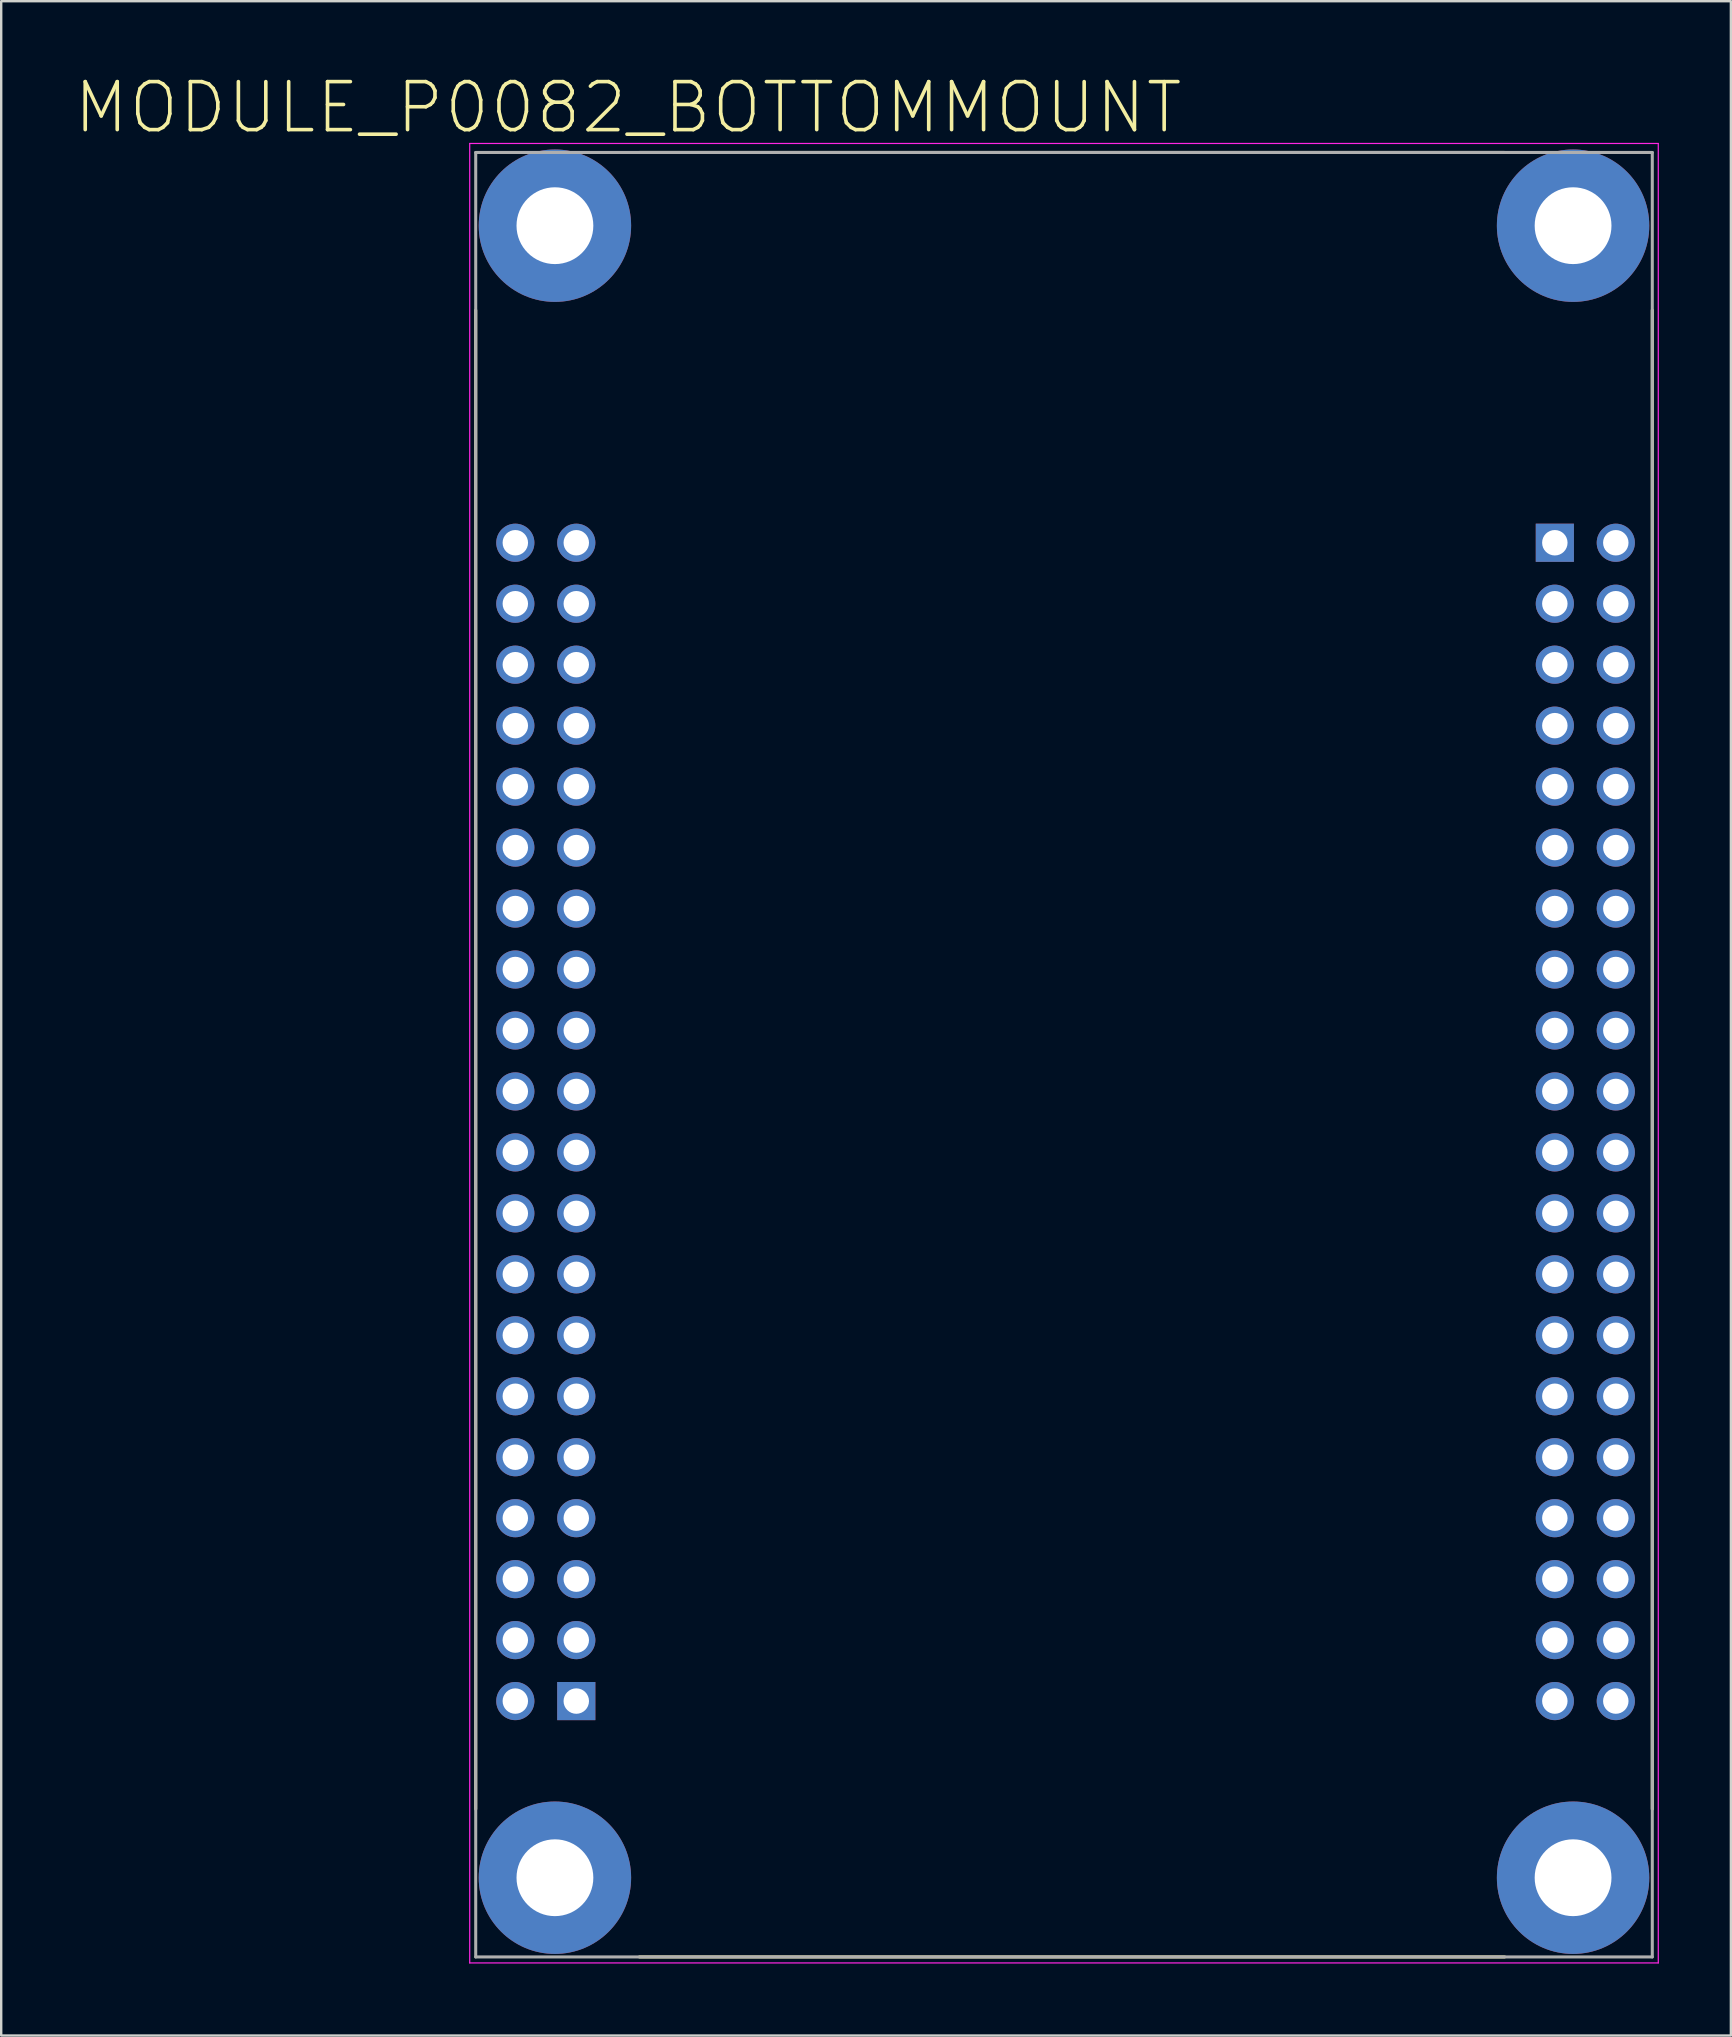
<source format=kicad_pcb>
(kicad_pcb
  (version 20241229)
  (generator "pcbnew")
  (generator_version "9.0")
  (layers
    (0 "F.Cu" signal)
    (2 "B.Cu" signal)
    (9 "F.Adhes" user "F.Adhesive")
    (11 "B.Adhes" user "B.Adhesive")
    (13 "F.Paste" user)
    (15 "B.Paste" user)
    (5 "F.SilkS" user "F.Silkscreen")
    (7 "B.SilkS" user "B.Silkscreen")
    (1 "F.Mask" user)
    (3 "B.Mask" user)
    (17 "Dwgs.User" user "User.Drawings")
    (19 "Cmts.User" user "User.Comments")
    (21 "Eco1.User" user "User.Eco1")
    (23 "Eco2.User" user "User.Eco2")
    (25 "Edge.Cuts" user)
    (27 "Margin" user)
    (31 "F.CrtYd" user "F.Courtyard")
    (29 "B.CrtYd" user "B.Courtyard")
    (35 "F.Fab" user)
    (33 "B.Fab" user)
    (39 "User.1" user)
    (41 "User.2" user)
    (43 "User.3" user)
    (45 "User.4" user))
  (footprint "MODULE_P0082_BOTTOMMOUNT"
    (layer "F.Cu")
    (at 41.28 40.893)
    (property "Reference" "MODULE_P0082_BOTTOMMOUNT" (at -18.16 -39.46 0) (layer "F.SilkS") (effects (font (size 2 2) (thickness 0.15))))
    (attr through_hole)
    (fp_line (start -24.51 -31.02) (end -24.51 31.43) (stroke (width 0.127) (type solid)) (layer "F.SilkS"))
    (fp_line (start -17.69 -37.59) (end 18.36 -37.59) (stroke (width 0.127) (type solid)) (layer "F.SilkS"))
    (fp_line (start -17.69 37.59) (end 18.36 37.59) (stroke (width 0.127) (type solid)) (layer "F.SilkS"))
    (fp_line (start 24.51 -31.02) (end 24.51 31.43) (stroke (width 0.127) (type solid)) (layer "F.SilkS"))
    (fp_line (start -24.76 -37.965) (end 24.76 -37.965) (stroke (width 0.05) (type solid)) (layer "F.CrtYd"))
    (fp_line (start -24.76 37.84) (end -24.76 -37.965) (stroke (width 0.05) (type solid)) (layer "F.CrtYd"))
    (fp_line (start 24.76 -37.965) (end 24.76 37.84) (stroke (width 0.05) (type solid)) (layer "F.CrtYd"))
    (fp_line (start 24.76 37.84) (end -24.76 37.84) (stroke (width 0.05) (type solid)) (layer "F.CrtYd"))
    (fp_line (start -24.51 -37.59) (end 24.51 -37.59) (stroke (width 0.127) (type solid)) (layer "F.Fab"))
    (fp_line (start -24.51 37.59) (end -24.51 -37.59) (stroke (width 0.127) (type solid)) (layer "F.Fab"))
    (fp_line (start 24.51 -37.59) (end 24.51 37.59) (stroke (width 0.127) (type solid)) (layer "F.Fab"))
    (fp_line (start 24.51 37.59) (end -24.51 37.59) (stroke (width 0.127) (type solid)) (layer "F.Fab"))
    (pad "JP1_1" thru_hole rect (at 20.45 -21.33) (size 1.59 1.59) (drill 1.06) (layers "*.Cu" "*.Mask"))
    (pad "JP1_2" thru_hole circle (at 22.99 -21.33) (size 1.59 1.59) (drill 1.06) (layers "*.Cu" "*.Mask"))
    (pad "JP1_3" thru_hole circle (at 20.45 -18.79) (size 1.59 1.59) (drill 1.06) (layers "*.Cu" "*.Mask"))
    (pad "JP1_4" thru_hole circle (at 22.99 -18.79) (size 1.59 1.59) (drill 1.06) (layers "*.Cu" "*.Mask"))
    (pad "JP1_5" thru_hole circle (at 20.45 -16.25) (size 1.59 1.59) (drill 1.06) (layers "*.Cu" "*.Mask"))
    (pad "JP1_6" thru_hole circle (at 22.99 -16.25) (size 1.59 1.59) (drill 1.06) (layers "*.Cu" "*.Mask"))
    (pad "JP1_7" thru_hole circle (at 20.45 -13.71) (size 1.59 1.59) (drill 1.06) (layers "*.Cu" "*.Mask"))
    (pad "JP1_8" thru_hole circle (at 22.99 -13.71) (size 1.59 1.59) (drill 1.06) (layers "*.Cu" "*.Mask"))
    (pad "JP1_9" thru_hole circle (at 20.45 -11.17) (size 1.59 1.59) (drill 1.06) (layers "*.Cu" "*.Mask"))
    (pad "JP1_10" thru_hole circle (at 22.99 -11.17) (size 1.59 1.59) (drill 1.06) (layers "*.Cu" "*.Mask"))
    (pad "JP1_11" thru_hole circle (at 20.45 -8.63) (size 1.59 1.59) (drill 1.06) (layers "*.Cu" "*.Mask"))
    (pad "JP1_12" thru_hole circle (at 22.99 -8.63) (size 1.59 1.59) (drill 1.06) (layers "*.Cu" "*.Mask"))
    (pad "JP1_13" thru_hole circle (at 20.45 -6.09) (size 1.59 1.59) (drill 1.06) (layers "*.Cu" "*.Mask"))
    (pad "JP1_14" thru_hole circle (at 22.99 -6.09) (size 1.59 1.59) (drill 1.06) (layers "*.Cu" "*.Mask"))
    (pad "JP1_15" thru_hole circle (at 20.45 -3.55) (size 1.59 1.59) (drill 1.06) (layers "*.Cu" "*.Mask"))
    (pad "JP1_16" thru_hole circle (at 22.99 -3.55) (size 1.59 1.59) (drill 1.06) (layers "*.Cu" "*.Mask"))
    (pad "JP1_17" thru_hole circle (at 20.45 -1.01) (size 1.59 1.59) (drill 1.06) (layers "*.Cu" "*.Mask"))
    (pad "JP1_18" thru_hole circle (at 22.99 -1.01) (size 1.59 1.59) (drill 1.06) (layers "*.Cu" "*.Mask"))
    (pad "JP1_19" thru_hole circle (at 20.45 1.53) (size 1.59 1.59) (drill 1.06) (layers "*.Cu" "*.Mask"))
    (pad "JP1_20" thru_hole circle (at 22.99 1.53) (size 1.59 1.59) (drill 1.06) (layers "*.Cu" "*.Mask"))
    (pad "JP1_21" thru_hole circle (at 20.45 4.07) (size 1.59 1.59) (drill 1.06) (layers "*.Cu" "*.Mask"))
    (pad "JP1_22" thru_hole circle (at 22.99 4.07) (size 1.59 1.59) (drill 1.06) (layers "*.Cu" "*.Mask"))
    (pad "JP1_23" thru_hole circle (at 20.45 6.61) (size 1.59 1.59) (drill 1.06) (layers "*.Cu" "*.Mask"))
    (pad "JP1_24" thru_hole circle (at 22.99 6.61) (size 1.59 1.59) (drill 1.06) (layers "*.Cu" "*.Mask"))
    (pad "JP1_25" thru_hole circle (at 20.45 9.15) (size 1.59 1.59) (drill 1.06) (layers "*.Cu" "*.Mask"))
    (pad "JP1_26" thru_hole circle (at 22.99 9.15) (size 1.59 1.59) (drill 1.06) (layers "*.Cu" "*.Mask"))
    (pad "JP1_27" thru_hole circle (at 20.45 11.69) (size 1.59 1.59) (drill 1.06) (layers "*.Cu" "*.Mask"))
    (pad "JP1_28" thru_hole circle (at 22.99 11.69) (size 1.59 1.59) (drill 1.06) (layers "*.Cu" "*.Mask"))
    (pad "JP1_29" thru_hole circle (at 20.45 14.23) (size 1.59 1.59) (drill 1.06) (layers "*.Cu" "*.Mask"))
    (pad "JP1_30" thru_hole circle (at 22.99 14.23) (size 1.59 1.59) (drill 1.06) (layers "*.Cu" "*.Mask"))
    (pad "JP1_31" thru_hole circle (at 20.45 16.77) (size 1.59 1.59) (drill 1.06) (layers "*.Cu" "*.Mask"))
    (pad "JP1_32" thru_hole circle (at 22.99 16.77) (size 1.59 1.59) (drill 1.06) (layers "*.Cu" "*.Mask"))
    (pad "JP1_33" thru_hole circle (at 20.45 19.31) (size 1.59 1.59) (drill 1.06) (layers "*.Cu" "*.Mask"))
    (pad "JP1_34" thru_hole circle (at 22.99 19.31) (size 1.59 1.59) (drill 1.06) (layers "*.Cu" "*.Mask"))
    (pad "JP1_35" thru_hole circle (at 20.45 21.85) (size 1.59 1.59) (drill 1.06) (layers "*.Cu" "*.Mask"))
    (pad "JP1_36" thru_hole circle (at 22.99 21.85) (size 1.59 1.59) (drill 1.06) (layers "*.Cu" "*.Mask"))
    (pad "JP1_37" thru_hole circle (at 20.45 24.39) (size 1.59 1.59) (drill 1.06) (layers "*.Cu" "*.Mask"))
    (pad "JP1_38" thru_hole circle (at 22.99 24.39) (size 1.59 1.59) (drill 1.06) (layers "*.Cu" "*.Mask"))
    (pad "JP1_39" thru_hole circle (at 20.45 26.93) (size 1.59 1.59) (drill 1.06) (layers "*.Cu" "*.Mask"))
    (pad "JP1_40" thru_hole circle (at 22.99 26.93) (size 1.59 1.59) (drill 1.06) (layers "*.Cu" "*.Mask"))
    (pad "JP2_1" thru_hole rect (at -20.32 26.93) (size 1.59 1.59) (drill 1.06) (layers "*.Cu" "*.Mask"))
    (pad "JP2_2" thru_hole circle (at -22.86 26.93) (size 1.59 1.59) (drill 1.06) (layers "*.Cu" "*.Mask"))
    (pad "JP2_3" thru_hole circle (at -20.32 24.39) (size 1.59 1.59) (drill 1.06) (layers "*.Cu" "*.Mask"))
    (pad "JP2_4" thru_hole circle (at -22.86 24.39) (size 1.59 1.59) (drill 1.06) (layers "*.Cu" "*.Mask"))
    (pad "JP2_5" thru_hole circle (at -20.32 21.85) (size 1.59 1.59) (drill 1.06) (layers "*.Cu" "*.Mask"))
    (pad "JP2_6" thru_hole circle (at -22.86 21.85) (size 1.59 1.59) (drill 1.06) (layers "*.Cu" "*.Mask"))
    (pad "JP2_7" thru_hole circle (at -20.32 19.31) (size 1.59 1.59) (drill 1.06) (layers "*.Cu" "*.Mask"))
    (pad "JP2_8" thru_hole circle (at -22.86 19.31) (size 1.59 1.59) (drill 1.06) (layers "*.Cu" "*.Mask"))
    (pad "JP2_9" thru_hole circle (at -20.32 16.77) (size 1.59 1.59) (drill 1.06) (layers "*.Cu" "*.Mask"))
    (pad "JP2_10" thru_hole circle (at -22.86 16.77) (size 1.59 1.59) (drill 1.06) (layers "*.Cu" "*.Mask"))
    (pad "JP2_11" thru_hole circle (at -20.32 14.23) (size 1.59 1.59) (drill 1.06) (layers "*.Cu" "*.Mask"))
    (pad "JP2_12" thru_hole circle (at -22.86 14.23) (size 1.59 1.59) (drill 1.06) (layers "*.Cu" "*.Mask"))
    (pad "JP2_13" thru_hole circle (at -20.32 11.69) (size 1.59 1.59) (drill 1.06) (layers "*.Cu" "*.Mask"))
    (pad "JP2_14" thru_hole circle (at -22.86 11.69) (size 1.59 1.59) (drill 1.06) (layers "*.Cu" "*.Mask"))
    (pad "JP2_15" thru_hole circle (at -20.32 9.15) (size 1.59 1.59) (drill 1.06) (layers "*.Cu" "*.Mask"))
    (pad "JP2_16" thru_hole circle (at -22.86 9.15) (size 1.59 1.59) (drill 1.06) (layers "*.Cu" "*.Mask"))
    (pad "JP2_17" thru_hole circle (at -20.32 6.61) (size 1.59 1.59) (drill 1.06) (layers "*.Cu" "*.Mask"))
    (pad "JP2_18" thru_hole circle (at -22.86 6.61) (size 1.59 1.59) (drill 1.06) (layers "*.Cu" "*.Mask"))
    (pad "JP2_19" thru_hole circle (at -20.32 4.07) (size 1.59 1.59) (drill 1.06) (layers "*.Cu" "*.Mask"))
    (pad "JP2_20" thru_hole circle (at -22.86 4.07) (size 1.59 1.59) (drill 1.06) (layers "*.Cu" "*.Mask"))
    (pad "JP2_21" thru_hole circle (at -20.32 1.53) (size 1.59 1.59) (drill 1.06) (layers "*.Cu" "*.Mask"))
    (pad "JP2_22" thru_hole circle (at -22.86 1.53) (size 1.59 1.59) (drill 1.06) (layers "*.Cu" "*.Mask"))
    (pad "JP2_23" thru_hole circle (at -20.32 -1.01) (size 1.59 1.59) (drill 1.06) (layers "*.Cu" "*.Mask"))
    (pad "JP2_24" thru_hole circle (at -22.86 -1.01) (size 1.59 1.59) (drill 1.06) (layers "*.Cu" "*.Mask"))
    (pad "JP2_25" thru_hole circle (at -20.32 -3.55) (size 1.59 1.59) (drill 1.06) (layers "*.Cu" "*.Mask"))
    (pad "JP2_26" thru_hole circle (at -22.86 -3.55) (size 1.59 1.59) (drill 1.06) (layers "*.Cu" "*.Mask"))
    (pad "JP2_27" thru_hole circle (at -20.32 -6.09) (size 1.59 1.59) (drill 1.06) (layers "*.Cu" "*.Mask"))
    (pad "JP2_28" thru_hole circle (at -22.86 -6.09) (size 1.59 1.59) (drill 1.06) (layers "*.Cu" "*.Mask"))
    (pad "JP2_29" thru_hole circle (at -20.32 -8.63) (size 1.59 1.59) (drill 1.06) (layers "*.Cu" "*.Mask"))
    (pad "JP2_30" thru_hole circle (at -22.86 -8.63) (size 1.59 1.59) (drill 1.06) (layers "*.Cu" "*.Mask"))
    (pad "JP2_31" thru_hole circle (at -20.32 -11.17) (size 1.59 1.59) (drill 1.06) (layers "*.Cu" "*.Mask"))
    (pad "JP2_32" thru_hole circle (at -22.86 -11.17) (size 1.59 1.59) (drill 1.06) (layers "*.Cu" "*.Mask"))
    (pad "JP2_33" thru_hole circle (at -20.32 -13.71) (size 1.59 1.59) (drill 1.06) (layers "*.Cu" "*.Mask"))
    (pad "JP2_34" thru_hole circle (at -22.86 -13.71) (size 1.59 1.59) (drill 1.06) (layers "*.Cu" "*.Mask"))
    (pad "JP2_35" thru_hole circle (at -20.32 -16.25) (size 1.59 1.59) (drill 1.06) (layers "*.Cu" "*.Mask"))
    (pad "JP2_36" thru_hole circle (at -22.86 -16.25) (size 1.59 1.59) (drill 1.06) (layers "*.Cu" "*.Mask"))
    (pad "JP2_37" thru_hole circle (at -20.32 -18.79) (size 1.59 1.59) (drill 1.06) (layers "*.Cu" "*.Mask"))
    (pad "JP2_38" thru_hole circle (at -22.86 -18.79) (size 1.59 1.59) (drill 1.06) (layers "*.Cu" "*.Mask"))
    (pad "JP2_39" thru_hole circle (at -20.32 -21.33) (size 1.59 1.59) (drill 1.06) (layers "*.Cu" "*.Mask"))
    (pad "JP2_40" thru_hole circle (at -22.86 -21.33) (size 1.59 1.59) (drill 1.06) (layers "*.Cu" "*.Mask"))
    (pad "S1" thru_hole circle (at -21.21 -34.54) (size 6.35 6.35) (drill 3.2) (layers "*.Cu" "*.Mask"))
    (pad "S2" thru_hole circle (at 21.21 -34.54) (size 6.35 6.35) (drill 3.2) (layers "*.Cu" "*.Mask"))
    (pad "S3" thru_hole circle (at -21.21 34.29) (size 6.35 6.35) (drill 3.2) (layers "*.Cu" "*.Mask"))
    (pad "S4" thru_hole circle (at 21.21 34.29) (size 6.35 6.35) (drill 3.2) (layers "*.Cu" "*.Mask")))
  (gr_rect
    (start -3 -3)
    (end 69.065 81.758)
    (stroke (width 0.1) (type default))
    (fill no)
    (layer "Edge.Cuts")))
</source>
